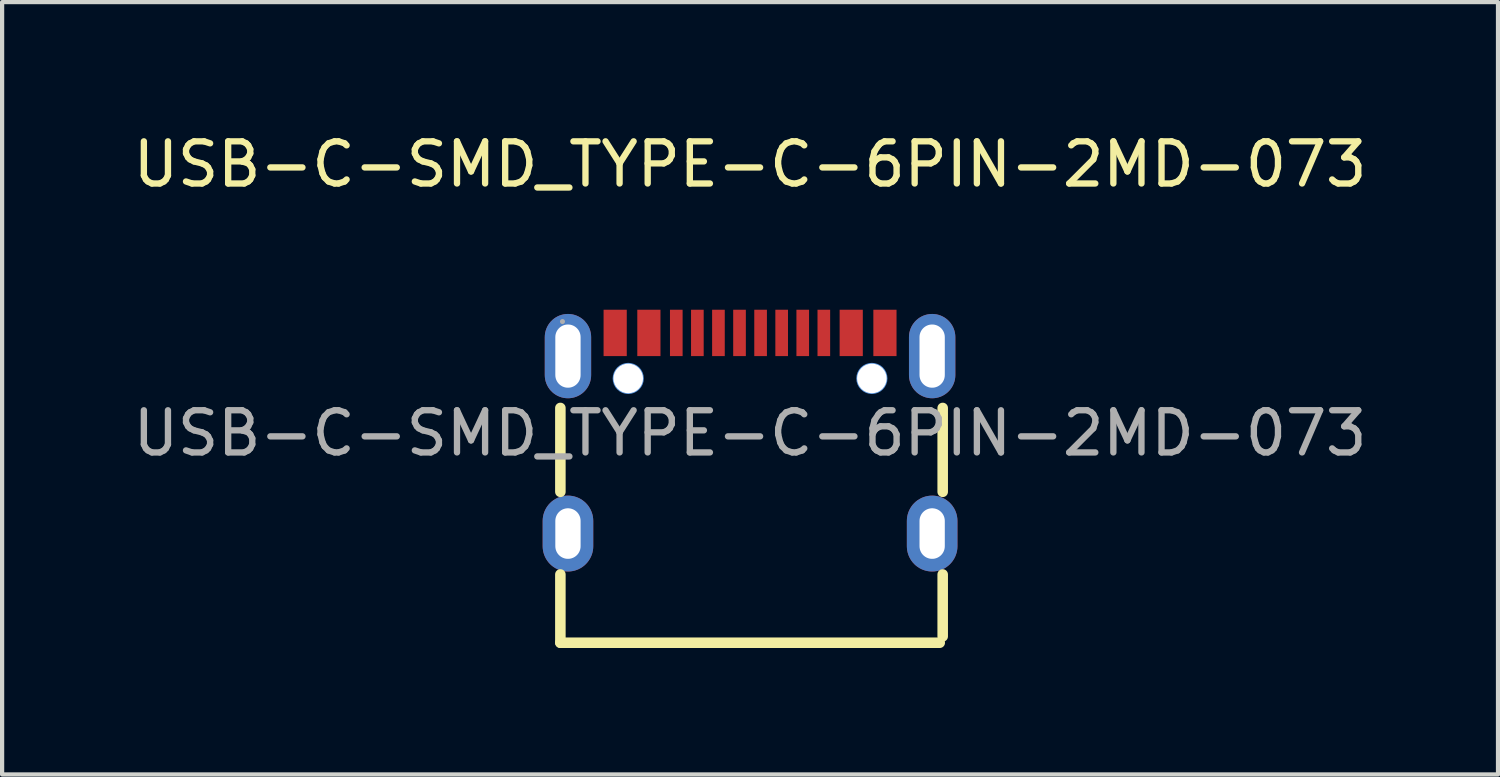
<source format=kicad_pcb>
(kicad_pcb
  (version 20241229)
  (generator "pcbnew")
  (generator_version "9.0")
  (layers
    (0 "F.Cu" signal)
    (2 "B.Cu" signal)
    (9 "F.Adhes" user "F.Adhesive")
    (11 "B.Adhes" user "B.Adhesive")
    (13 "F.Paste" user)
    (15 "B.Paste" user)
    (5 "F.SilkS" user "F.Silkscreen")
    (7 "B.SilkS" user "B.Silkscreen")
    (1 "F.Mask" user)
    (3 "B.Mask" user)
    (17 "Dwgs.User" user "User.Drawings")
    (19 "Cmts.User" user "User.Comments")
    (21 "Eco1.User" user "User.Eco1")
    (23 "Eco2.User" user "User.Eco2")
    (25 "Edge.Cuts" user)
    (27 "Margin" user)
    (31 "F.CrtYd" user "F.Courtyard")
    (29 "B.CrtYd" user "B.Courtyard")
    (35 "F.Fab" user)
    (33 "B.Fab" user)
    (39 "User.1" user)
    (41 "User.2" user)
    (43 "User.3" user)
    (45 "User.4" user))
  (footprint "USB-C-SMD_TYPE-C-6PIN-2MD-073"
    (layer "F.Cu")
    (at 14.744 7.228)
    (property "Reference" "USB-C-SMD_TYPE-C-6PIN-2MD-073" (at 0 -6.38 0) (layer "F.SilkS") (effects (font (size 1 1) (thickness 0.15))))
    (attr smd)
    (fp_line (start -4.5 1.39) (end -4.5 -0.6) (stroke (width 0.25) (type solid)) (layer "F.SilkS"))
    (fp_line (start -4.5 4.97) (end -4.5 3.35) (stroke (width 0.25) (type solid)) (layer "F.SilkS"))
    (fp_line (start 4.5 4.97) (end -4.5 4.97) (stroke (width 0.25) (type solid)) (layer "F.SilkS"))
    (fp_line (start 4.57 1.39) (end 4.57 -0.6) (stroke (width 0.25) (type solid)) (layer "F.SilkS"))
    (fp_line (start 4.57 4.82) (end 4.57 3.35) (stroke (width 0.25) (type solid)) (layer "F.SilkS"))
    (fp_circle (center -2.89 -1.3) (end -2.77 -1.3) (stroke (width 0.25) (type solid)) (fill no) (layer "Cmts.User"))
    (fp_circle (center 2.89 -1.3) (end 3.01 -1.3) (stroke (width 0.25) (type solid)) (fill no) (layer "Cmts.User"))
    (fp_circle (center -4.45 -2.65) (end -4.42 -2.65) (stroke (width 0.06) (type solid)) (fill no) (layer "F.Fab"))
    (fp_text user "${REFERENCE}" (at 0 0 0) (layer "F.Fab") (effects (font (size 1 1) (thickness 0.15))))
    (pad "" thru_hole circle (at -2.89 -1.3) (size 0.7 0.7) (drill 0.7) (layers "*.Cu" "*.Mask"))
    (pad "" thru_hole circle (at 2.89 -1.3) (size 0.7 0.7) (drill 0.7) (layers "*.Cu" "*.Mask"))
    (pad "1" smd rect (at -3.2 -2.38) (size 0.55 1.1) (layers "F.Cu" "F.Mask" "F.Paste"))
    (pad "2" smd rect (at -2.4 -2.38) (size 0.55 1.1) (layers "F.Cu" "F.Mask" "F.Paste"))
    (pad "3" smd rect (at -1.75 -2.38) (size 0.3 1.1) (layers "F.Cu" "F.Mask" "F.Paste"))
    (pad "4" smd rect (at -1.25 -2.38) (size 0.3 1.1) (layers "F.Cu" "F.Mask" "F.Paste"))
    (pad "5" smd rect (at -0.75 -2.38) (size 0.3 1.1) (layers "F.Cu" "F.Mask" "F.Paste"))
    (pad "6" smd rect (at -0.25 -2.38) (size 0.3 1.1) (layers "F.Cu" "F.Mask" "F.Paste"))
    (pad "7" smd rect (at 0.25 -2.38) (size 0.3 1.1) (layers "F.Cu" "F.Mask" "F.Paste"))
    (pad "8" smd rect (at 0.75 -2.38) (size 0.3 1.1) (layers "F.Cu" "F.Mask" "F.Paste"))
    (pad "9" smd rect (at 1.25 -2.38) (size 0.3 1.1) (layers "F.Cu" "F.Mask" "F.Paste"))
    (pad "10" smd rect (at 1.75 -2.38) (size 0.3 1.1) (layers "F.Cu" "F.Mask" "F.Paste"))
    (pad "11" smd rect (at 2.4 -2.38) (size 0.55 1.1) (layers "F.Cu" "F.Mask" "F.Paste"))
    (pad "12" smd rect (at 3.2 -2.38) (size 0.55 1.1) (layers "F.Cu" "F.Mask" "F.Paste"))
    (pad "13" thru_hole oval (at -4.32 -1.83) (size 1.1 2) (drill oval 0.6 1.5) (layers "*.Cu" "*.Mask"))
    (pad "13" thru_hole oval (at -4.32 2.38) (size 1.2 1.8) (drill oval 0.6 1.2) (layers "*.Cu" "*.Mask"))
    (pad "14" thru_hole oval (at 4.32 -1.83) (size 1.1 2) (drill oval 0.6 1.5) (layers "*.Cu" "*.Mask"))
    (pad "14" thru_hole oval (at 4.32 2.38) (size 1.2 1.8) (drill oval 0.6 1.2) (layers "*.Cu" "*.Mask")))
  (gr_rect
    (start -3 -3)
    (end 32.488 15.323)
    (stroke (width 0.1) (type default))
    (fill no)
    (layer "Edge.Cuts")))
</source>
